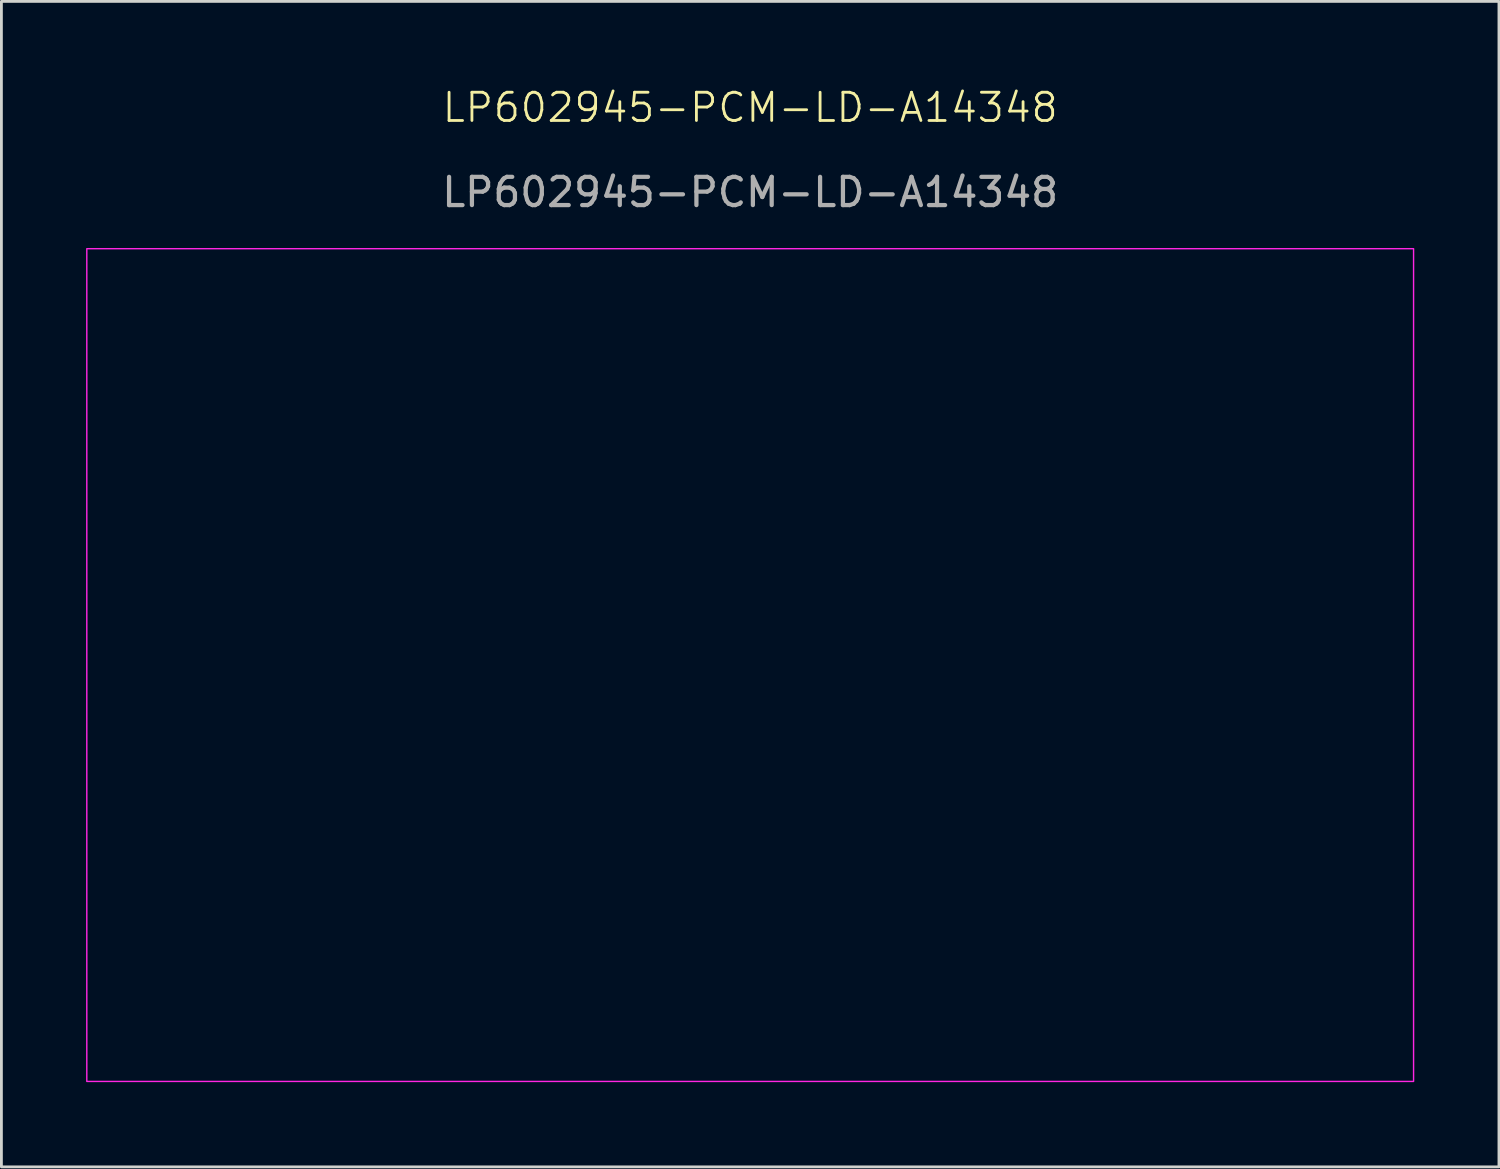
<source format=kicad_pcb>
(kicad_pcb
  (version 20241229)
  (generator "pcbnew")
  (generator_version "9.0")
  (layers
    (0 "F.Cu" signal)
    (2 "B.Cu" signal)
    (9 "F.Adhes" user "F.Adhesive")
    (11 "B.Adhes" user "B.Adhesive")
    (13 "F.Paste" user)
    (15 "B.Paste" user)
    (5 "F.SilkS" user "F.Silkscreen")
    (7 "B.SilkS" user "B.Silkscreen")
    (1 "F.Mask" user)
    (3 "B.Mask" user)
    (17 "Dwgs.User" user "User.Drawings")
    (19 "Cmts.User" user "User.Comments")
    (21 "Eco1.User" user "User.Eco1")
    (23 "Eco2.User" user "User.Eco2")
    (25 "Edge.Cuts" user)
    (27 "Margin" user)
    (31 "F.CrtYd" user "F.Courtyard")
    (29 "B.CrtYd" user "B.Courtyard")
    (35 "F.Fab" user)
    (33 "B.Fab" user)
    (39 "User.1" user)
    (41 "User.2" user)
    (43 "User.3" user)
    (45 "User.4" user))
  (footprint "LP602945-PCM-LD-A14348"
    (layer "F.Cu")
    (at 23.525 1.26)
    (property "Reference" "LP602945-PCM-LD-A14348" (at 0 -0.5 0) (unlocked yes) (layer "F.SilkS") (effects (font (size 1 1) (thickness 0.1))))
    (fp_rect (start -23.5 4.5) (end 23.5 34) (stroke (width 0.05) (type default)) (fill no) (layer "F.CrtYd"))
    (fp_text user "${REFERENCE}" (at 0 2.5 0) (unlocked yes) (layer "F.Fab") (effects (font (size 1 1) (thickness 0.15)))))
  (gr_rect
    (start -3 -3)
    (end 50.05 38.285)
    (stroke (width 0.1) (type default))
    (fill no)
    (layer "Edge.Cuts")))
</source>
